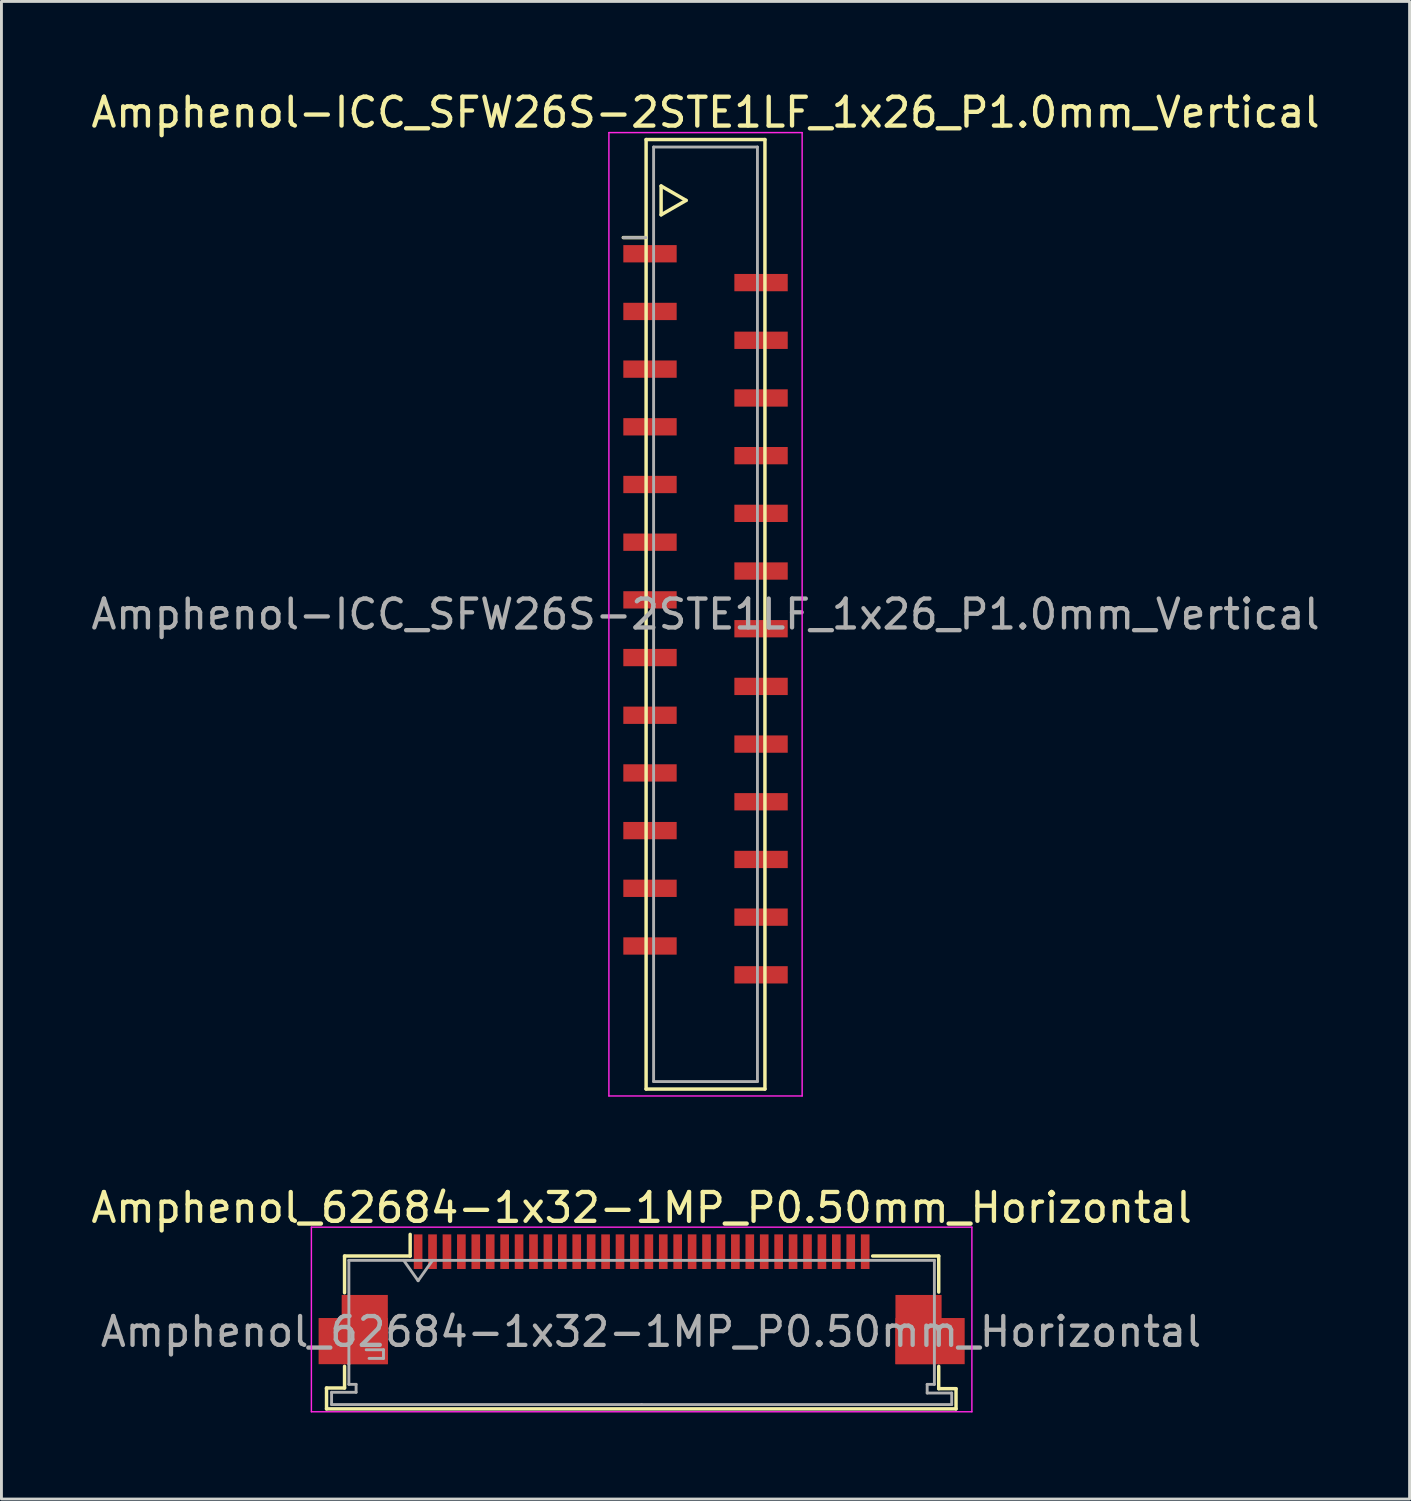
<source format=kicad_pcb>
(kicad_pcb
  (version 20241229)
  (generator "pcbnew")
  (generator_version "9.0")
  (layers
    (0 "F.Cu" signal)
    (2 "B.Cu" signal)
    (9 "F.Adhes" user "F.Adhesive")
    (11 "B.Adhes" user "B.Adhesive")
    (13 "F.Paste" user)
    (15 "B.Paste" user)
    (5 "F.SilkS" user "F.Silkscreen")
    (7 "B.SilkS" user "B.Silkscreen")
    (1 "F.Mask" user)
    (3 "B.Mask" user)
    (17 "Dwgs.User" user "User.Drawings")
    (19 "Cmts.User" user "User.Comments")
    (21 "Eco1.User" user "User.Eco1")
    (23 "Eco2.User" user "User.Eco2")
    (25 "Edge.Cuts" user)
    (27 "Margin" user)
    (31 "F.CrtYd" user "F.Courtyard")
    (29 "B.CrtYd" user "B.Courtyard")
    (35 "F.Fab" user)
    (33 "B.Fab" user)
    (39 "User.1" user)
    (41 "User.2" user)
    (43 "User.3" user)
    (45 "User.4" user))
  (footprint "Amphenol-ICC_SFW26S-2STE1LF_1x26_P1.0mm_Vertical"
    (layer "F.Cu")
    (at 21.411 18.248)
    (property "Reference" "Amphenol-ICC_SFW26S-2STE1LF_1x26_P1.0mm_Vertical" (at 0 -17.4 0) (layer "F.SilkS") (effects (font (size 1 1) (thickness 0.15))))
    (attr smd)
    (fp_line (start -2.06 -16.46) (end -2.06 16.46) (stroke (width 0.12) (type solid)) (layer "F.SilkS"))
    (fp_line (start -2.06 -13.06) (end -2.85 -13.06) (stroke (width 0.12) (type solid)) (layer "F.SilkS"))
    (fp_line (start -2.06 16.46) (end 2.06 16.46) (stroke (width 0.12) (type solid)) (layer "F.SilkS"))
    (fp_line (start -1.54 -14.85) (end -1.54 -13.85) (stroke (width 0.12) (type solid)) (layer "F.SilkS"))
    (fp_line (start -1.54 -13.85) (end -0.674 -14.35) (stroke (width 0.12) (type solid)) (layer "F.SilkS"))
    (fp_line (start -0.674 -14.35) (end -1.54 -14.85) (stroke (width 0.12) (type solid)) (layer "F.SilkS"))
    (fp_line (start 2.06 -16.46) (end -2.06 -16.46) (stroke (width 0.12) (type solid)) (layer "F.SilkS"))
    (fp_line (start 2.06 16.46) (end 2.06 -16.46) (stroke (width 0.12) (type solid)) (layer "F.SilkS"))
    (fp_line (start -3.35 -16.7) (end -3.35 16.7) (stroke (width 0.05) (type solid)) (layer "F.CrtYd"))
    (fp_line (start -3.35 16.7) (end 3.35 16.7) (stroke (width 0.05) (type solid)) (layer "F.CrtYd"))
    (fp_line (start 3.35 -16.7) (end -3.35 -16.7) (stroke (width 0.05) (type solid)) (layer "F.CrtYd"))
    (fp_line (start 3.35 16.7) (end 3.35 -16.7) (stroke (width 0.05) (type solid)) (layer "F.CrtYd"))
    (fp_line (start -2.06 -13.06) (end -2.85 -13.06) (stroke (width 0.1) (type solid)) (layer "F.Fab"))
    (fp_line (start -1.8 -16.2) (end -1.8 16.2) (stroke (width 0.1) (type solid)) (layer "F.Fab"))
    (fp_line (start -1.8 16.2) (end 1.8 16.2) (stroke (width 0.1) (type solid)) (layer "F.Fab"))
    (fp_line (start 1.8 -16.2) (end -1.8 -16.2) (stroke (width 0.1) (type solid)) (layer "F.Fab"))
    (fp_line (start 1.8 16.2) (end 1.8 -16.2) (stroke (width 0.1) (type solid)) (layer "F.Fab"))
    (fp_text user "${REFERENCE}" (at 0 0 0) (layer "F.Fab") (effects (font (size 1 1) (thickness 0.15))))
    (pad "1" smd rect (at -1.925 -12.5) (size 1.85 0.6) (layers "F.Cu" "F.Mask" "F.Paste"))
    (pad "2" smd rect (at 1.925 -11.5) (size 1.85 0.6) (layers "F.Cu" "F.Mask" "F.Paste"))
    (pad "3" smd rect (at -1.925 -10.5) (size 1.85 0.6) (layers "F.Cu" "F.Mask" "F.Paste"))
    (pad "4" smd rect (at 1.925 -9.5) (size 1.85 0.6) (layers "F.Cu" "F.Mask" "F.Paste"))
    (pad "5" smd rect (at -1.925 -8.5) (size 1.85 0.6) (layers "F.Cu" "F.Mask" "F.Paste"))
    (pad "6" smd rect (at 1.925 -7.5) (size 1.85 0.6) (layers "F.Cu" "F.Mask" "F.Paste"))
    (pad "7" smd rect (at -1.925 -6.5) (size 1.85 0.6) (layers "F.Cu" "F.Mask" "F.Paste"))
    (pad "8" smd rect (at 1.925 -5.5) (size 1.85 0.6) (layers "F.Cu" "F.Mask" "F.Paste"))
    (pad "9" smd rect (at -1.925 -4.5) (size 1.85 0.6) (layers "F.Cu" "F.Mask" "F.Paste"))
    (pad "10" smd rect (at 1.925 -3.5) (size 1.85 0.6) (layers "F.Cu" "F.Mask" "F.Paste"))
    (pad "11" smd rect (at -1.925 -2.5) (size 1.85 0.6) (layers "F.Cu" "F.Mask" "F.Paste"))
    (pad "12" smd rect (at 1.925 -1.5) (size 1.85 0.6) (layers "F.Cu" "F.Mask" "F.Paste"))
    (pad "13" smd rect (at -1.925 -0.5) (size 1.85 0.6) (layers "F.Cu" "F.Mask" "F.Paste"))
    (pad "14" smd rect (at 1.925 0.5) (size 1.85 0.6) (layers "F.Cu" "F.Mask" "F.Paste"))
    (pad "15" smd rect (at -1.925 1.5) (size 1.85 0.6) (layers "F.Cu" "F.Mask" "F.Paste"))
    (pad "16" smd rect (at 1.925 2.5) (size 1.85 0.6) (layers "F.Cu" "F.Mask" "F.Paste"))
    (pad "17" smd rect (at -1.925 3.5) (size 1.85 0.6) (layers "F.Cu" "F.Mask" "F.Paste"))
    (pad "18" smd rect (at 1.925 4.5) (size 1.85 0.6) (layers "F.Cu" "F.Mask" "F.Paste"))
    (pad "19" smd rect (at -1.925 5.5) (size 1.85 0.6) (layers "F.Cu" "F.Mask" "F.Paste"))
    (pad "20" smd rect (at 1.925 6.5) (size 1.85 0.6) (layers "F.Cu" "F.Mask" "F.Paste"))
    (pad "21" smd rect (at -1.925 7.5) (size 1.85 0.6) (layers "F.Cu" "F.Mask" "F.Paste"))
    (pad "22" smd rect (at 1.925 8.5) (size 1.85 0.6) (layers "F.Cu" "F.Mask" "F.Paste"))
    (pad "23" smd rect (at -1.925 9.5) (size 1.85 0.6) (layers "F.Cu" "F.Mask" "F.Paste"))
    (pad "24" smd rect (at 1.925 10.5) (size 1.85 0.6) (layers "F.Cu" "F.Mask" "F.Paste"))
    (pad "25" smd rect (at -1.925 11.5) (size 1.85 0.6) (layers "F.Cu" "F.Mask" "F.Paste"))
    (pad "26" smd rect (at 1.925 12.5) (size 1.85 0.6) (layers "F.Cu" "F.Mask" "F.Paste")))
  (footprint "Amphenol_62684-1x32-1MP_P0.50mm_Horizontal"
    (layer "F.Cu")
    (at 19.196 43.047)
    (property "Reference" "Amphenol_62684-1x32-1MP_P0.50mm_Horizontal" (at 0 -4.225 0) (layer "F.SilkS") (effects (font (size 1 1) (thickness 0.15))))
    (attr smd)
    (fp_line (start -10.925 2.025) (end -10.3 2.025) (stroke (width 0.12) (type solid)) (layer "F.SilkS"))
    (fp_line (start -10.925 2.05) (end -10.925 2.025) (stroke (width 0.12) (type solid)) (layer "F.SilkS"))
    (fp_line (start -10.925 2.75) (end -10.925 2.05) (stroke (width 0.12) (type solid)) (layer "F.SilkS"))
    (fp_line (start -10.925 2.75) (end 10.9 2.75) (stroke (width 0.12) (type solid)) (layer "F.SilkS"))
    (fp_line (start -10.3 -2.55) (end -10.3 -1.275) (stroke (width 0.12) (type solid)) (layer "F.SilkS"))
    (fp_line (start -10.3 1.275) (end -10.3 2.025) (stroke (width 0.12) (type solid)) (layer "F.SilkS"))
    (fp_line (start -8.025 -2.55) (end -10.3 -2.55) (stroke (width 0.12) (type solid)) (layer "F.SilkS"))
    (fp_line (start -8.025 -2.55) (end -8.025 -3.3) (stroke (width 0.12) (type solid)) (layer "F.SilkS"))
    (fp_line (start 8.01 -2.55) (end 10.3 -2.55) (stroke (width 0.12) (type solid)) (layer "F.SilkS"))
    (fp_line (start 10.3 -2.55) (end 10.3 -1.3) (stroke (width 0.12) (type solid)) (layer "F.SilkS"))
    (fp_line (start 10.3 2.05) (end 10.3 1.275) (stroke (width 0.12) (type solid)) (layer "F.SilkS"))
    (fp_line (start 10.3 2.05) (end 10.9 2.05) (stroke (width 0.12) (type solid)) (layer "F.SilkS"))
    (fp_line (start 10.9 2.05) (end 10.9 2.75) (stroke (width 0.12) (type solid)) (layer "F.SilkS"))
    (fp_line (start -11.45 -3.55) (end -11.45 2.85) (stroke (width 0.05) (type solid)) (layer "F.CrtYd"))
    (fp_line (start -11.45 2.85) (end 11.45 2.85) (stroke (width 0.05) (type solid)) (layer "F.CrtYd"))
    (fp_line (start 11.45 -3.55) (end -11.45 -3.55) (stroke (width 0.05) (type solid)) (layer "F.CrtYd"))
    (fp_line (start 11.45 2.85) (end 11.45 -3.55) (stroke (width 0.05) (type solid)) (layer "F.CrtYd"))
    (fp_line (start -10.75 2.175) (end -10.75 2.6) (stroke (width 0.1) (type solid)) (layer "F.Fab"))
    (fp_line (start -10.75 2.6) (end 0 2.6) (stroke (width 0.1) (type solid)) (layer "F.Fab"))
    (fp_line (start -10.15 -2.4) (end -10.15 1.2) (stroke (width 0.1) (type solid)) (layer "F.Fab"))
    (fp_line (start -10.15 1.2) (end -10.15 1.9) (stroke (width 0.1) (type solid)) (layer "F.Fab"))
    (fp_line (start -10.15 1.9) (end -9.9 1.9) (stroke (width 0.1) (type solid)) (layer "F.Fab"))
    (fp_line (start -9.9 1.9) (end -9.9 2.175) (stroke (width 0.1) (type solid)) (layer "F.Fab"))
    (fp_line (start -9.9 2.175) (end -10.75 2.175) (stroke (width 0.1) (type solid)) (layer "F.Fab"))
    (fp_line (start -9.55 0.7) (end -8.95 0.7) (stroke (width 0.1) (type solid)) (layer "F.Fab"))
    (fp_line (start -8.95 0.7) (end -8.95 1) (stroke (width 0.1) (type solid)) (layer "F.Fab"))
    (fp_line (start -8.95 1) (end -9.45 1) (stroke (width 0.1) (type solid)) (layer "F.Fab"))
    (fp_line (start -8.25 -2.4) (end -7.75 -1.693) (stroke (width 0.1) (type solid)) (layer "F.Fab"))
    (fp_line (start -7.75 -1.693) (end -7.25 -2.4) (stroke (width 0.1) (type solid)) (layer "F.Fab"))
    (fp_line (start 0 -2.4) (end -10.15 -2.4) (stroke (width 0.1) (type solid)) (layer "F.Fab"))
    (fp_line (start 0 -2.4) (end 10.15 -2.4) (stroke (width 0.1) (type solid)) (layer "F.Fab"))
    (fp_line (start 9.9 1.9) (end 10.15 1.9) (stroke (width 0.1) (type solid)) (layer "F.Fab"))
    (fp_line (start 9.9 2.2) (end 9.9 1.9) (stroke (width 0.1) (type solid)) (layer "F.Fab"))
    (fp_line (start 10.15 -2.4) (end 10.15 1.9) (stroke (width 0.1) (type solid)) (layer "F.Fab"))
    (fp_line (start 10.75 2.2) (end 9.9 2.2) (stroke (width 0.1) (type solid)) (layer "F.Fab"))
    (fp_line (start 10.75 2.6) (end 0 2.6) (stroke (width 0.1) (type solid)) (layer "F.Fab"))
    (fp_line (start 10.75 2.6) (end 10.75 2.2) (stroke (width 0.1) (type solid)) (layer "F.Fab"))
    (fp_text user "${REFERENCE}" (at 0.325 0.075 0) (layer "F.Fab") (effects (font (size 1 1) (thickness 0.15))))
    (pad "1" smd rect (at -7.75 -2.7) (size 0.3 1.2) (layers "F.Cu" "F.Mask" "F.Paste"))
    (pad "2" smd rect (at -7.25 -2.7) (size 0.3 1.2) (layers "F.Cu" "F.Mask" "F.Paste"))
    (pad "3" smd rect (at -6.75 -2.7) (size 0.3 1.2) (layers "F.Cu" "F.Mask" "F.Paste"))
    (pad "4" smd rect (at -6.25 -2.7) (size 0.3 1.2) (layers "F.Cu" "F.Mask" "F.Paste"))
    (pad "5" smd rect (at -5.75 -2.7) (size 0.3 1.2) (layers "F.Cu" "F.Mask" "F.Paste"))
    (pad "6" smd rect (at -5.25 -2.7) (size 0.3 1.2) (layers "F.Cu" "F.Mask" "F.Paste"))
    (pad "7" smd rect (at -4.75 -2.7) (size 0.3 1.2) (layers "F.Cu" "F.Mask" "F.Paste"))
    (pad "8" smd rect (at -4.25 -2.7) (size 0.3 1.2) (layers "F.Cu" "F.Mask" "F.Paste"))
    (pad "9" smd rect (at -3.75 -2.7) (size 0.3 1.2) (layers "F.Cu" "F.Mask" "F.Paste"))
    (pad "10" smd rect (at -3.25 -2.7) (size 0.3 1.2) (layers "F.Cu" "F.Mask" "F.Paste"))
    (pad "11" smd rect (at -2.75 -2.7) (size 0.3 1.2) (layers "F.Cu" "F.Mask" "F.Paste"))
    (pad "12" smd rect (at -2.25 -2.7) (size 0.3 1.2) (layers "F.Cu" "F.Mask" "F.Paste"))
    (pad "13" smd rect (at -1.75 -2.7) (size 0.3 1.2) (layers "F.Cu" "F.Mask" "F.Paste"))
    (pad "14" smd rect (at -1.25 -2.7) (size 0.3 1.2) (layers "F.Cu" "F.Mask" "F.Paste"))
    (pad "15" smd rect (at -0.75 -2.7) (size 0.3 1.2) (layers "F.Cu" "F.Mask" "F.Paste"))
    (pad "16" smd rect (at -0.25 -2.7) (size 0.3 1.2) (layers "F.Cu" "F.Mask" "F.Paste"))
    (pad "17" smd rect (at 0.25 -2.7) (size 0.3 1.2) (layers "F.Cu" "F.Mask" "F.Paste"))
    (pad "18" smd rect (at 0.75 -2.7) (size 0.3 1.2) (layers "F.Cu" "F.Mask" "F.Paste"))
    (pad "19" smd rect (at 1.25 -2.7) (size 0.3 1.2) (layers "F.Cu" "F.Mask" "F.Paste"))
    (pad "20" smd rect (at 1.75 -2.7) (size 0.3 1.2) (layers "F.Cu" "F.Mask" "F.Paste"))
    (pad "21" smd rect (at 2.25 -2.7) (size 0.3 1.2) (layers "F.Cu" "F.Mask" "F.Paste"))
    (pad "22" smd rect (at 2.75 -2.7) (size 0.3 1.2) (layers "F.Cu" "F.Mask" "F.Paste"))
    (pad "23" smd rect (at 3.25 -2.7) (size 0.3 1.2) (layers "F.Cu" "F.Mask" "F.Paste"))
    (pad "24" smd rect (at 3.75 -2.7) (size 0.3 1.2) (layers "F.Cu" "F.Mask" "F.Paste"))
    (pad "25" smd rect (at 4.25 -2.7) (size 0.3 1.2) (layers "F.Cu" "F.Mask" "F.Paste"))
    (pad "26" smd rect (at 4.75 -2.7) (size 0.3 1.2) (layers "F.Cu" "F.Mask" "F.Paste"))
    (pad "27" smd rect (at 5.25 -2.7) (size 0.3 1.2) (layers "F.Cu" "F.Mask" "F.Paste"))
    (pad "28" smd rect (at 5.75 -2.7) (size 0.3 1.2) (layers "F.Cu" "F.Mask" "F.Paste"))
    (pad "29" smd rect (at 6.25 -2.7) (size 0.3 1.2) (layers "F.Cu" "F.Mask" "F.Paste"))
    (pad "30" smd rect (at 6.75 -2.7) (size 0.3 1.2) (layers "F.Cu" "F.Mask" "F.Paste"))
    (pad "31" smd rect (at 7.25 -2.7) (size 0.3 1.2) (layers "F.Cu" "F.Mask" "F.Paste"))
    (pad "32" smd rect (at 7.75 -2.7) (size 0.3 1.2) (layers "F.Cu" "F.Mask" "F.Paste"))
    (pad "MP" smd rect (at -10 0.4) (size 2.4 1.6) (layers "F.Cu" "F.Mask" "F.Paste"))
    (pad "MP" smd rect (at -9.6 0) (size 1.6 2.4) (layers "F.Cu" "F.Mask" "F.Paste"))
    (pad "MP" smd rect (at 9.6 0) (size 1.6 2.4) (layers "F.Cu" "F.Mask" "F.Paste"))
    (pad "MP" smd rect (at 10 0.4) (size 2.4 1.6) (layers "F.Cu" "F.Mask" "F.Paste")))
  (gr_rect
    (start -3 -3)
    (end 45.821 48.922)
    (stroke (width 0.1) (type default))
    (fill no)
    (layer "Edge.Cuts")))
</source>
